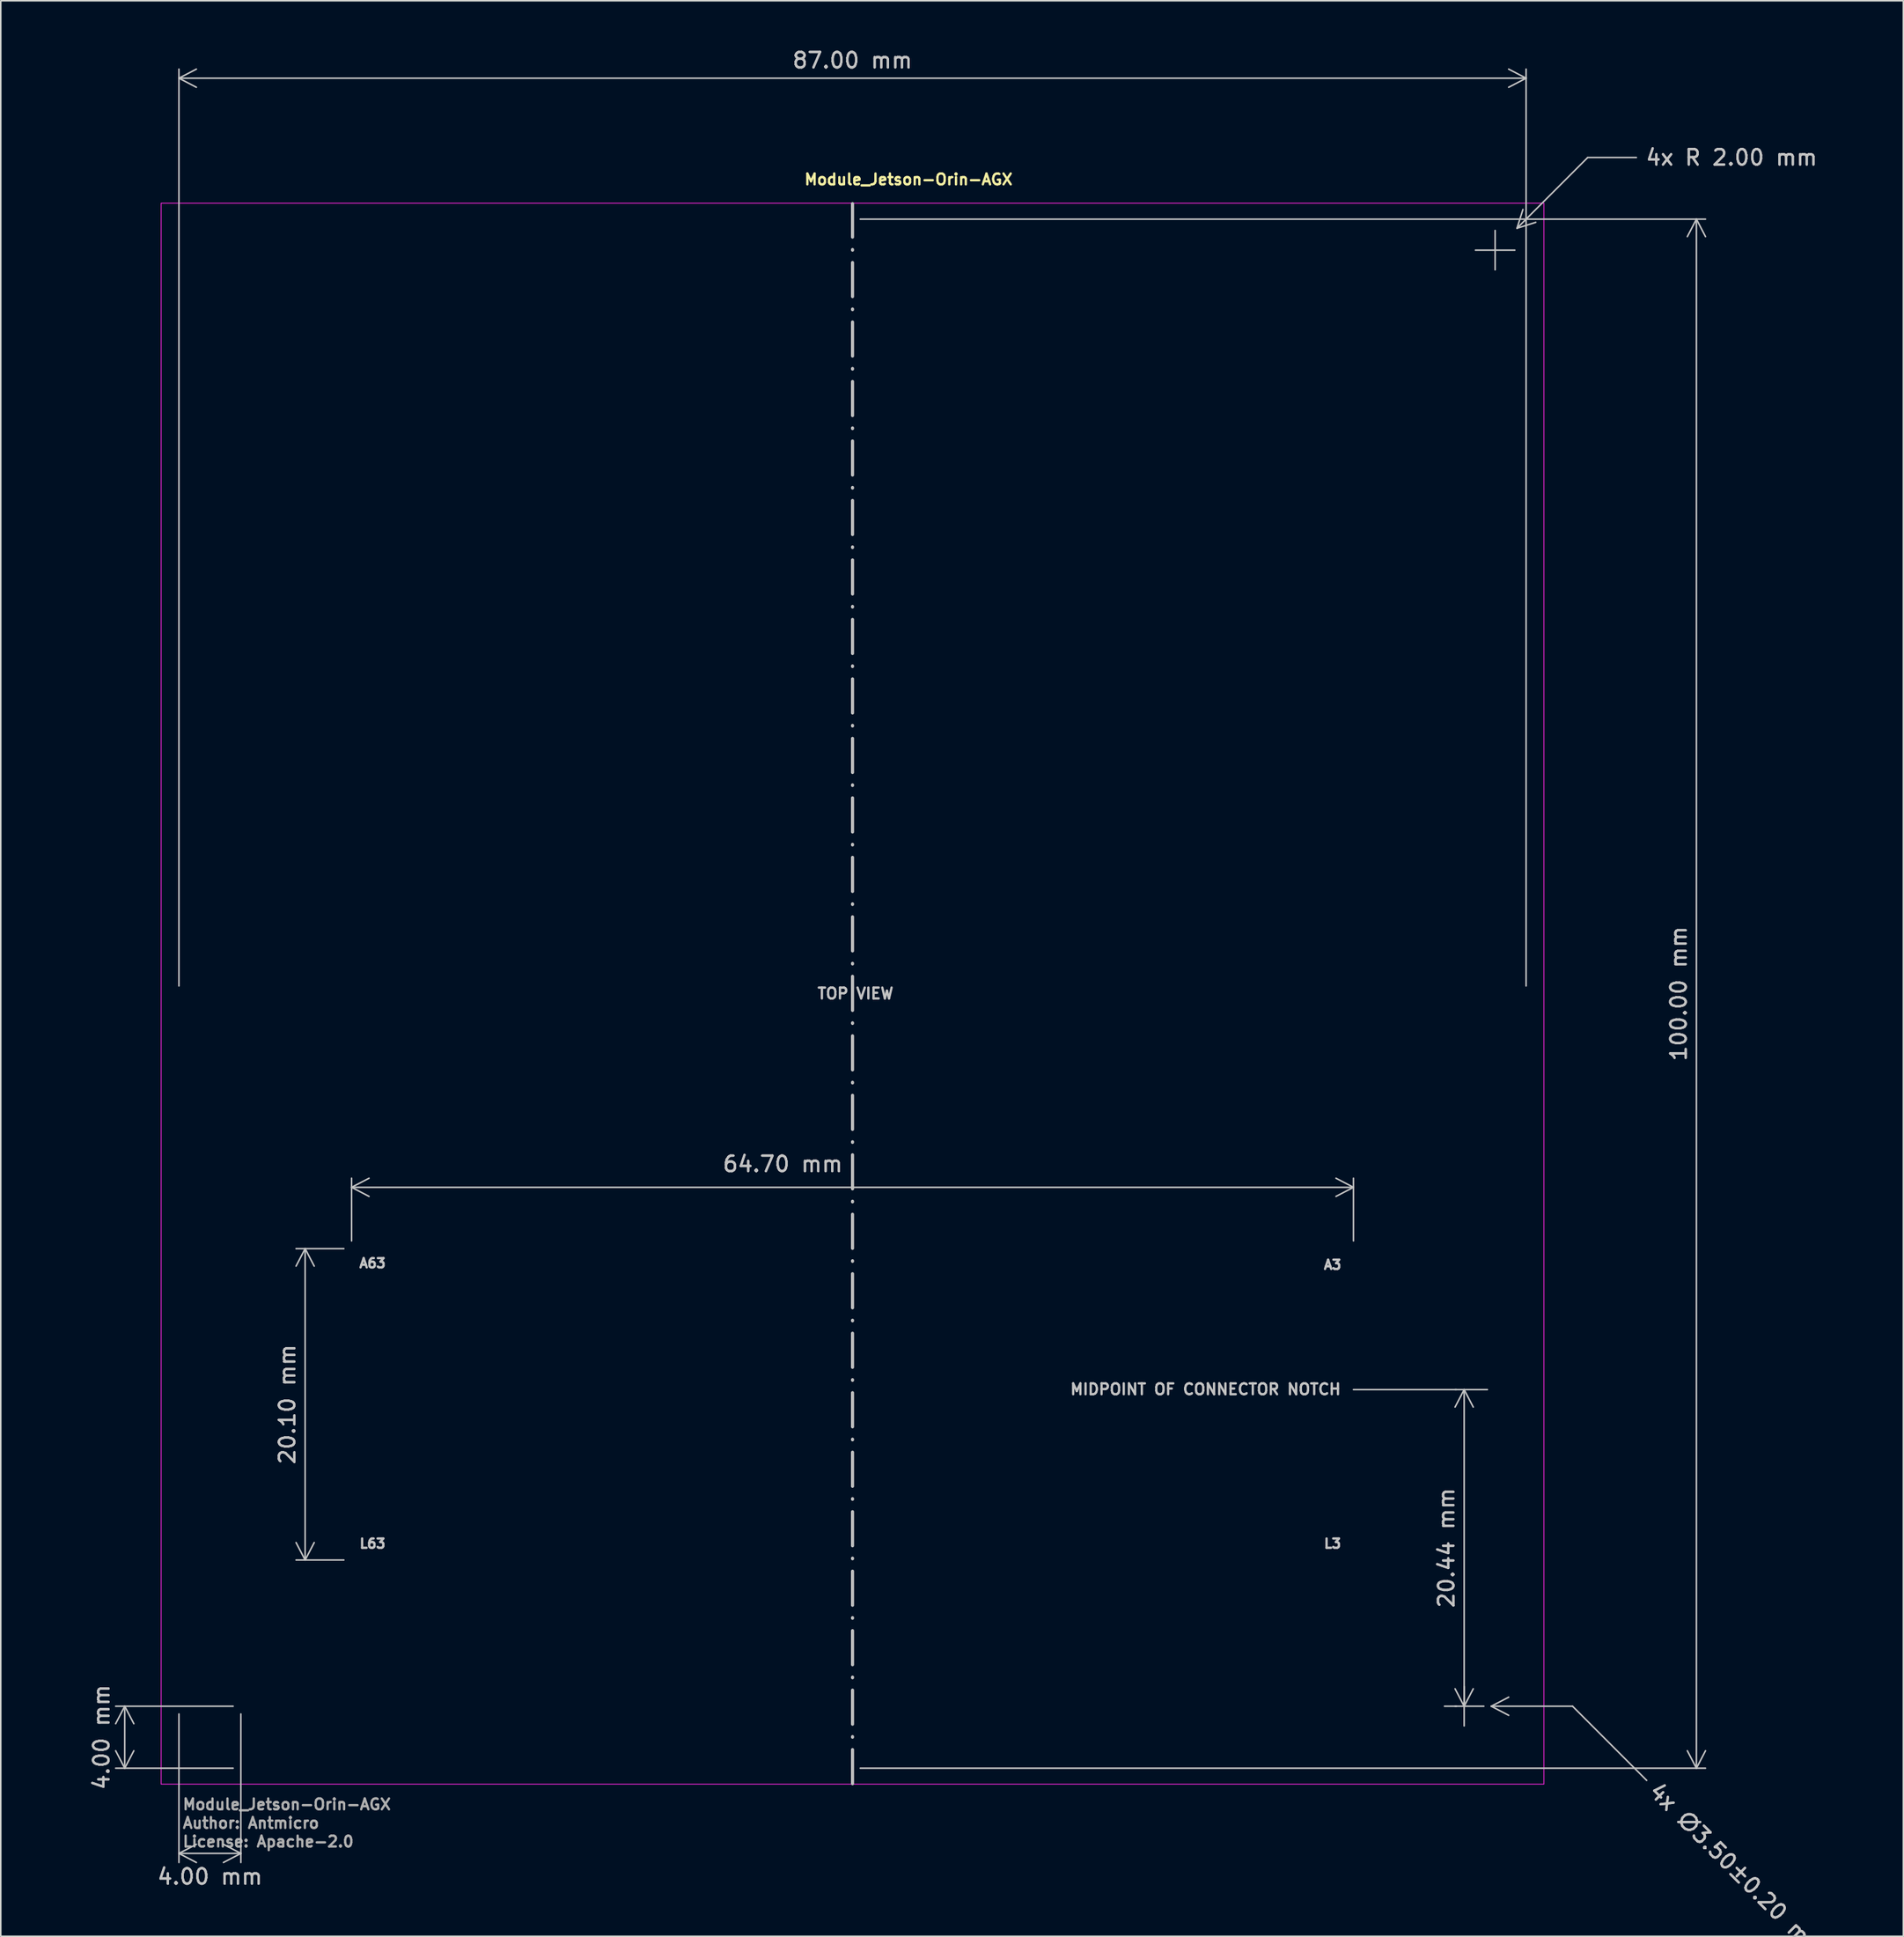
<source format=kicad_pcb>
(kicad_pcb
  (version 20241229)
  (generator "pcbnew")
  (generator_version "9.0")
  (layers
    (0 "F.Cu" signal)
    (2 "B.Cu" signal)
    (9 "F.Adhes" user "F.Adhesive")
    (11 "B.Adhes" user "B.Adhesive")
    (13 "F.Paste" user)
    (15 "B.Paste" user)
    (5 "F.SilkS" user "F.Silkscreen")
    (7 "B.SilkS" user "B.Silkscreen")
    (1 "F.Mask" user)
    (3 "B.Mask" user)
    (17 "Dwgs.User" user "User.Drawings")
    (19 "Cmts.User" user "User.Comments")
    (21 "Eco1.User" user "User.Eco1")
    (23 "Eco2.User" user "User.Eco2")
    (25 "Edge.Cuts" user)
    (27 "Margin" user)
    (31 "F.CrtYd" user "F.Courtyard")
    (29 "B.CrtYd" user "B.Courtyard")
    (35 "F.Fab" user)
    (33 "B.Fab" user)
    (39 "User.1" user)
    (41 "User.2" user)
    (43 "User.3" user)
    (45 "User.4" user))
  (footprint "Module_Jetson-Orin-AGX"
    (layer "F.Cu")
    (at 52.006 61.098)
    (property "Reference" "Module_Jetson-Orin-AGX" (at -3.182 -52.154 0) (layer "F.SilkS") (effects (font (size 0.7 0.7) (thickness 0.15)) (justify left bottom)))
    (attr exclude_from_pos_files exclude_from_bom)
    (fp_line (start 0 51) (end 0 -51) (stroke (width 0.2) (type dash_dot)) (layer "Dwgs.User"))
    (fp_line (start 32.35 25.56) (end 41 25.56) (stroke (width 0.1) (type default)) (layer "Dwgs.User"))
    (fp_rect (start -44.65 -51.03) (end 44.65 51.03) (stroke (width 0.05) (type solid)) (fill no) (layer "F.CrtYd"))
    (fp_rect (start -43.65 -50.127) (end 43.65 50.127) (stroke (width 0.1) (type solid)) (fill no) (layer "User.5"))
    (fp_line (start -43.5 48) (end -43.5 -48) (stroke (width 0.02) (type solid)) (layer "User.9"))
    (fp_line (start -32.35 14.552) (end 32.35 14.552) (stroke (width 0.1) (type default)) (layer "User.9"))
    (fp_line (start -32.35 16.46) (end -32.35 14.552) (stroke (width 0.1) (type default)) (layer "User.9"))
    (fp_line (start 1.212 52.898) (end 1.212 52.898) (stroke (width 0.02) (type solid)) (layer "User.9"))
    (fp_line (start 1.213 52.897) (end 1.212 52.9) (stroke (width 0.02) (type solid)) (layer "User.9"))
    (fp_line (start 1.213 52.898) (end 1.213 52.898) (stroke (width 0.02) (type solid)) (layer "User.9"))
    (fp_line (start 1.213 52.898) (end 1.213 52.898) (stroke (width 0.02) (type solid)) (layer "User.9"))
    (fp_line (start 1.213 52.898) (end 1.212 52.898) (stroke (width 0.02) (type solid)) (layer "User.9"))
    (fp_line (start 1.214 52.897) (end 1.214 52.898) (stroke (width 0.02) (type solid)) (layer "User.9"))
    (fp_line (start 1.214 52.898) (end 1.213 52.898) (stroke (width 0.02) (type solid)) (layer "User.9"))
    (fp_line (start 1.215 52.897) (end 1.214 52.897) (stroke (width 0.02) (type solid)) (layer "User.9"))
    (fp_line (start 1.215 52.897) (end 1.215 52.897) (stroke (width 0.02) (type solid)) (layer "User.9"))
    (fp_line (start 1.216 52.897) (end 1.215 52.897) (stroke (width 0.02) (type solid)) (layer "User.9"))
    (fp_line (start 1.216 52.897) (end 1.216 52.897) (stroke (width 0.02) (type solid)) (layer "User.9"))
    (fp_line (start 1.217 52.897) (end 1.216 52.897) (stroke (width 0.02) (type solid)) (layer "User.9"))
    (fp_line (start 1.217 52.897) (end 1.217 52.897) (stroke (width 0.02) (type solid)) (layer "User.9"))
    (fp_line (start 32.35 16.46) (end 32.35 14.552) (stroke (width 0.1) (type default)) (layer "User.9"))
    (fp_line (start 41.5 -50) (end -41.5 -50) (stroke (width 0.02) (type solid)) (layer "User.9"))
    (fp_line (start 41.5 50) (end -41.5 50) (stroke (width 0.02) (type solid)) (layer "User.9"))
    (fp_line (start 43.5 48) (end 43.5 -48) (stroke (width 0.02) (type solid)) (layer "User.9"))
    (fp_rect (start -32.35 16.46) (end 32.35 36.56) (stroke (width 0.1) (type default)) (fill no) (layer "User.9"))
    (fp_rect (start -32.35 24.89) (end -32.13 26.23) (stroke (width 0.1) (type default)) (fill no) (layer "User.9"))
    (fp_rect (start 32.35 24.89) (end 32.13 26.23) (stroke (width 0.1) (type default)) (fill no) (layer "User.9"))
    (fp_arc (start -43.5 -48) (mid -42.914214 -49.414214) (end -41.5 -50) (stroke (width 0.02) (type default)) (layer "User.9"))
    (fp_arc (start -41.5 50) (mid -42.914214 49.414214) (end -43.5 48) (stroke (width 0.02) (type default)) (layer "User.9"))
    (fp_arc (start 41.5 -50) (mid 42.914214 -49.414214) (end 43.5 -48) (stroke (width 0.02) (type default)) (layer "User.9"))
    (fp_arc (start 43.5 48) (mid 42.914214 49.414214) (end 41.5 50) (stroke (width 0.02) (type default)) (layer "User.9"))
    (fp_circle (center -39.5 -46) (end -37.75 -46) (stroke (width 0.02) (type default)) (fill no) (layer "User.9"))
    (fp_circle (center -39.5 -46) (end -37.65 -46) (stroke (width 0.02) (type default)) (fill no) (layer "User.9"))
    (fp_circle (center -39.5 46) (end -37.75 46) (stroke (width 0.02) (type default)) (fill no) (layer "User.9"))
    (fp_circle (center -39.5 46) (end -37.65 46) (stroke (width 0.02) (type default)) (fill no) (layer "User.9"))
    (fp_circle (center 39.5 -46) (end 41.25 -46) (stroke (width 0.02) (type default)) (fill no) (layer "User.9"))
    (fp_circle (center 39.5 -46) (end 41.35 -46) (stroke (width 0.02) (type default)) (fill no) (layer "User.9"))
    (fp_circle (center 39.5 46) (end 41.25 46) (stroke (width 0.02) (type default)) (fill no) (layer "User.9"))
    (fp_circle (center 39.5 46) (end 41.35 46) (stroke (width 0.02) (type default)) (fill no) (layer "User.9"))
    (fp_text user "TOP VIEW" (at 0.19 -0.01 0) (layer "Dwgs.User") (effects (font (size 0.7 0.7) (thickness 0.15))))
    (fp_text user "A3" (at 31 17.5 0) (layer "Dwgs.User") (effects (font (size 0.6 0.6) (thickness 0.15))))
    (fp_text user "L3" (at 31 35.5 0) (layer "Dwgs.User") (effects (font (size 0.6 0.6) (thickness 0.15))))
    (fp_text user "MIDPOINT OF CONNECTOR NOTCH" (at 22.8 25.54 0) (layer "Dwgs.User") (effects (font (size 0.7 0.7) (thickness 0.15))))
    (fp_text user "A63" (at -31 17.4 0) (layer "Dwgs.User") (effects (font (size 0.6 0.6) (thickness 0.15))))
    (fp_text user "L63" (at -31 35.5 0) (layer "Dwgs.User") (effects (font (size 0.6 0.6) (thickness 0.15))))
    (fp_text user "Author: Antmicro" (at -43.332 53.947 0) (layer "F.Fab") (effects (font (size 0.7 0.7) (thickness 0.15)) (justify left bottom)))
    (fp_text user "${REFERENCE}" (at -43.332 52.746 0) (layer "F.Fab") (effects (font (size 0.7 0.7) (thickness 0.15)) (justify left bottom)))
    (fp_text user "License: Apache-2.0" (at -43.332 55.147 0) (layer "F.Fab") (effects (font (size 0.7 0.7) (thickness 0.15)) (justify left bottom)))
    (dimension (type aligned) (layer "Dwgs.User") (pts (xy 8.506 61.098) (xy 95.506 61.098)) (height -59.1) (format (prefix "") (suffix "") (units 3) (units_format 1) (precision 2)) (style (thickness 0.1) (arrow_length 1.27) (text_position_mode 0) (arrow_direction outward) (extension_height 0.586) (extension_offset 0.5) (keep_text_aligned yes)) (gr_text "87.00 mm" (at 52.006 0.848 0) (layer "Dwgs.User") (effects (font (size 1 1) (thickness 0.15)))))
    (dimension (type aligned) (layer "Dwgs.User") (pts (xy 91.506 107.098) (xy 91.506 86.658)) (height 0) (format (prefix "") (suffix "") (units 3) (units_format 1) (precision 2)) (style (thickness 0.1) (arrow_length 1.27) (text_position_mode 0) (arrow_direction outward) (extension_height 0.586) (extension_offset 0.5) (keep_text_aligned yes)) (gr_text "20.44 mm" (at 90.356 96.878 90) (layer "Dwgs.User") (effects (font (size 1 1) (thickness 0.15)))))
    (dimension (type aligned) (layer "Dwgs.User") (pts (xy 52.006 111.098) (xy 52.006 11.098)) (height 54.5) (format (prefix "") (suffix "") (units 3) (units_format 1) (precision 2)) (style (thickness 0.1) (arrow_length 1.27) (text_position_mode 0) (arrow_direction outward) (extension_height 0.586) (extension_offset 0.5) (keep_text_aligned yes)) (gr_text "100.00 mm" (at 105.356 61.098 90) (layer "Dwgs.User") (effects (font (size 1 1) (thickness 0.15)))))
    (dimension (type aligned) (layer "Dwgs.User") (pts (xy 19.656 77.558) (xy 84.356 77.558)) (height -3.96) (format (prefix "") (suffix "") (units 3) (units_format 1) (precision 2)) (style (thickness 0.1) (arrow_length 1.27) (text_position_mode 2) (arrow_direction outward) (extension_height 0.586) (extension_offset 0.5) (keep_text_aligned yes)) (gr_text "64.70 mm" (at 47.506 72.098 0) (layer "Dwgs.User") (effects (font (size 1 1) (thickness 0.15)))))
    (dimension (type aligned) (layer "Dwgs.User") (pts (xy 12.506 107.098) (xy 12.506 111.098)) (height 7.5) (format (prefix "") (suffix "") (units 3) (units_format 1) (precision 2)) (style (thickness 0.1) (arrow_length 1.27) (text_position_mode 2) (arrow_direction outward) (extension_height 0.586) (extension_offset 0.5) (keep_text_aligned yes)) (gr_text "4.00 mm" (at 3.506 109.098 90) (layer "Dwgs.User") (effects (font (size 1 1) (thickness 0.15)))))
    (dimension (type aligned) (layer "Dwgs.User") (pts (xy 12.506 107.098) (xy 8.506 107.098)) (height -9.5) (format (prefix "") (suffix "") (units 3) (units_format 1) (precision 2)) (style (thickness 0.1) (arrow_length 1.27) (text_position_mode 2) (arrow_direction outward) (extension_height 0.586) (extension_offset 0.5) (keep_text_aligned yes)) (gr_text "4.00 mm" (at 10.506 118.098 0) (layer "Dwgs.User") (effects (font (size 1 1) (thickness 0.15)))))
    (dimension (type aligned) (layer "Dwgs.User") (pts (xy 19.656 97.658) (xy 19.656 77.558)) (height -3) (format (prefix "") (suffix "") (units 3) (units_format 1) (precision 2)) (style (thickness 0.1) (arrow_length 1.27) (text_position_mode 0) (arrow_direction outward) (extension_height 0.586) (extension_offset 0.5) (keep_text_aligned yes)) (gr_text "20.10 mm" (at 15.506 87.608 90) (layer "Dwgs.User") (effects (font (size 1 1) (thickness 0.15)))))
    (dimension (type radial) (layer "Dwgs.User") (pts (xy 91.506 107.098) (xy 93.256 107.098)) (leader_length 5.251) (format (prefix "4x ∅") (suffix "") (units 3) (units_format 1) (precision 4) (override_value "3.50±0.20")) (style (thickness 0.1) (arrow_length 1.27) (text_position_mode 0) (extension_offset 0.5) (keep_text_aligned yes)) (gr_text "4x ∅3.50±0.20 mm" (at 109.124 117.715 315) (layer "Dwgs.User") (effects (font (size 1 1) (thickness 0.15)))))
    (dimension (type radial) (layer "Dwgs.User") (pts (xy 93.506 13.098) (xy 94.92 11.684)) (leader_length 6.459) (format (prefix "4x R ") (suffix "") (units 3) (units_format 1) (precision 2)) (style (thickness 0.1) (arrow_length 1.27) (text_position_mode 0) (extension_offset 0.5) (keep_text_aligned yes)) (gr_text "4x R 2.00 mm" (at 108.776 7.117 0) (layer "Dwgs.User") (effects (font (size 1 1) (thickness 0.15))))))
  (gr_rect
    (start -3 -3)
    (end 119.868 121.947)
    (stroke (width 0.1) (type default))
    (fill no)
    (layer "Edge.Cuts")))
</source>
